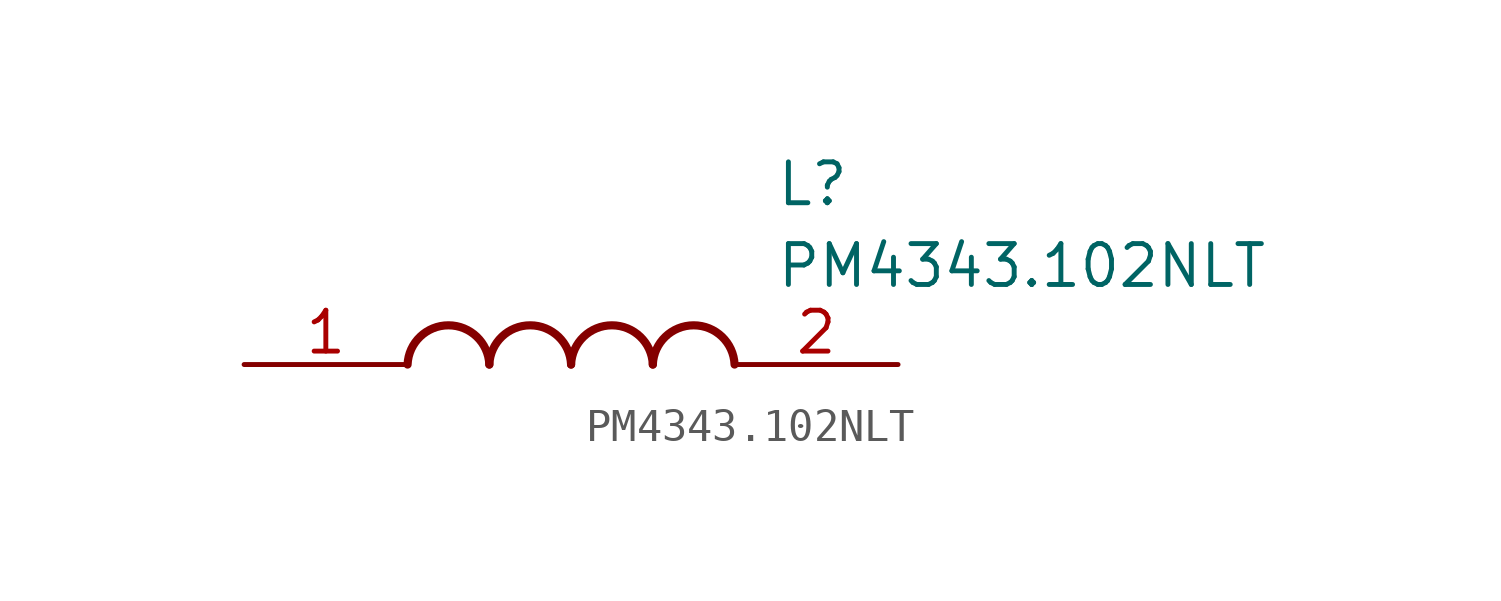
<source format=kicad_sym>
(kicad_symbol_lib
  (version 20211014)
  (generator SamacSys_ECAD_Model)
  (symbol "PM4343.102NLT"
    (pin_names hide)
    (property "Reference" "L"
      (at 16.51 6.35 0)
      (effects (font (size 1.27 1.27)) (justify left top)))
    (property "Value" "PM4343.102NLT"
      (at 16.51 3.81 0)
      (effects (font (size 1.27 1.27)) (justify left top)))
    (arc
      (start 7.62 0)
      (mid 6.35 1.219)
      (end 5.08 0)
      (stroke (width 0.254) (type default))
      (fill (type none)))
    (arc
      (start 10.16 0)
      (mid 8.89 1.219)
      (end 7.62 0)
      (stroke (width 0.254) (type default))
      (fill (type none)))
    (arc
      (start 12.7 0)
      (mid 11.43 1.219)
      (end 10.16 0)
      (stroke (width 0.254) (type default))
      (fill (type none)))
    (arc
      (start 15.24 0)
      (mid 13.97 1.219)
      (end 12.7 0)
      (stroke (width 0.254) (type default))
      (fill (type none)))
    (pin passive line
      (at 0 0 0)
      (length 5.08)
      (name "1" (effects (font (size 1.27 1.27))))
      (number "1" (effects (font (size 1.27 1.27)))))
    (pin passive line
      (at 20.32 0 180)
      (length 5.08)
      (name "2" (effects (font (size 1.27 1.27))))
      (number "2" (effects (font (size 1.27 1.27)))))))
</source>
